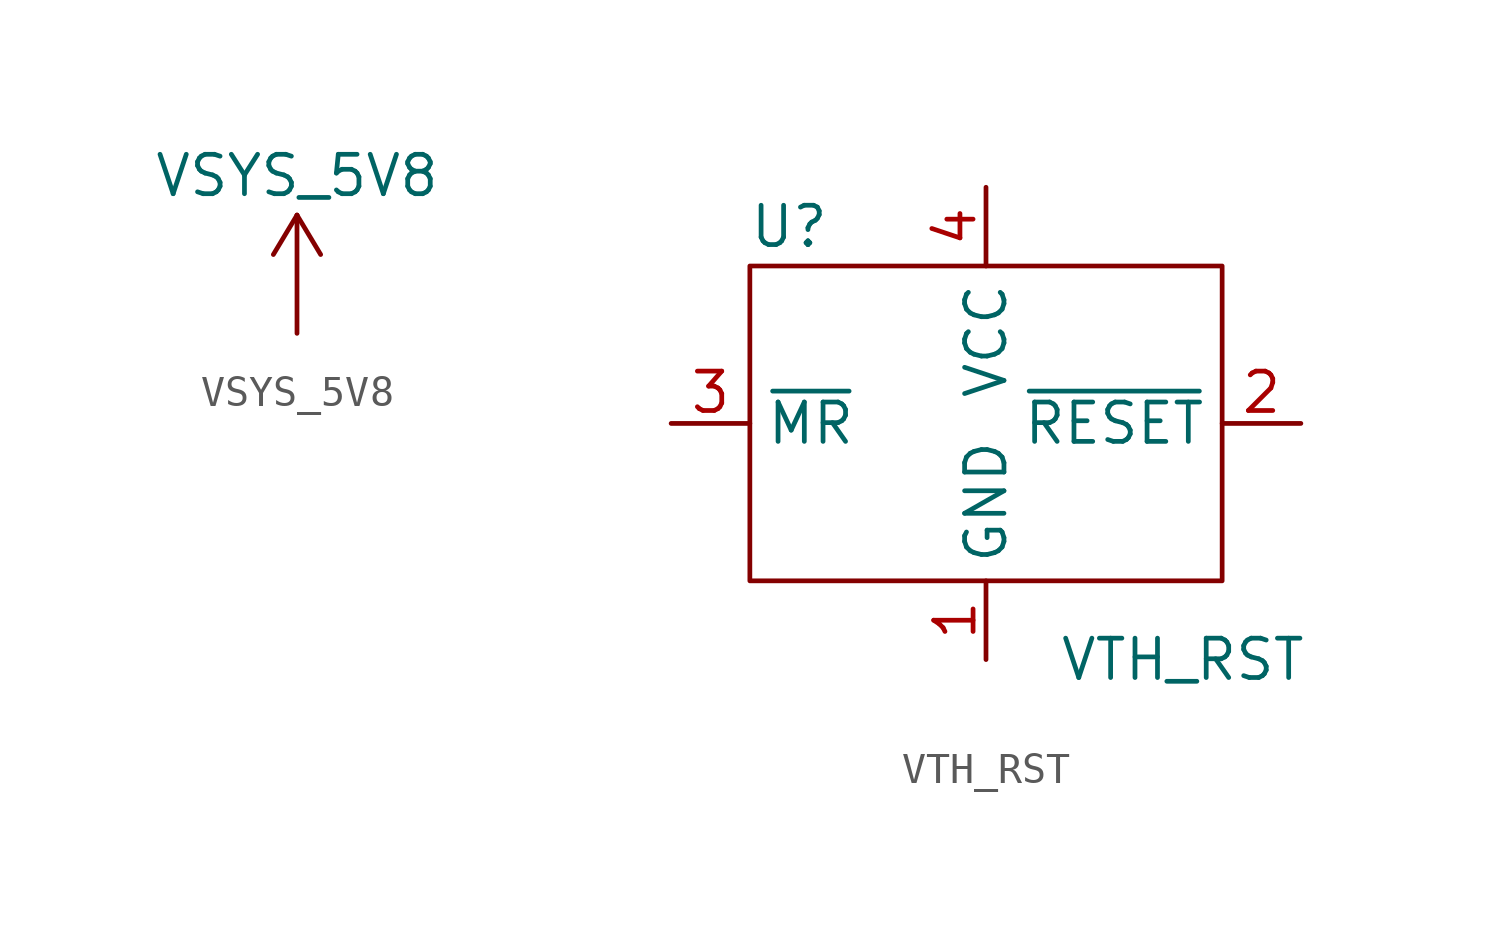
<source format=kicad_sym>
(kicad_symbol_lib
  (version 20201005)
  (generator kicad_symbol_editor)
  (symbol "BeagleV:VSYS_5V8"
    (property "Reference" "P"
      (at 0 0 0)
      (effects (font (size 1.27 1.27)) hide))
    (property "Value" "VSYS_5V8"
      (at 0 5.08 0)
      (effects (font (size 1.27 1.27))))
    (symbol "VSYS_5V8_0_1"
      (polyline (pts (xy 0 0) (xy 0 3.81)) (stroke (width 0)) (fill (type none)))
      (polyline (pts (xy 0 3.81) (xy -0.762 2.54)) (stroke (width 0)) (fill (type none)))
      (polyline (pts (xy 0 3.81) (xy 0.762 2.54)) (stroke (width 0)) (fill (type none))))
    (symbol "VSYS_5V8_1_1"
      (pin power_in line (at 0 0 90) (length 0) hide (name "LDO_3V3" (effects (font (size 1.27 1.27)))) (number "1" (effects (font (size 1.27 1.27)))))))
  (symbol "BeagleV:VTH_RST"
    (property "Reference" "U"
      (at -6.35 6.35 0)
      (effects (font (size 1.27 1.27))))
    (property "Value" "VTH_RST"
      (at 6.35 -7.62 0)
      (effects (font (size 1.27 1.27))))
    (symbol "VTH_RST_0_1"
      (rectangle (start -7.62 5.08) (end 7.62 -5.08) (stroke (width 0.152)) (fill (type none))))
    (symbol "VTH_RST_1_1"
      (pin passive line (at 0 -7.62 90) (length 2.54) (name "GND" (effects (font (size 1.27 1.27)))) (number "1" (effects (font (size 1.27 1.27)))))
      (pin passive line (at 10.16 0 180) (length 2.54) (name "~RESET" (effects (font (size 1.27 1.27)))) (number "2" (effects (font (size 1.27 1.27)))))
      (pin passive line (at -10.16 0 0) (length 2.54) (name "~MR" (effects (font (size 1.27 1.27)))) (number "3" (effects (font (size 1.27 1.27)))))
      (pin passive line (at 0 7.62 270) (length 2.54) (name "VCC" (effects (font (size 1.27 1.27)))) (number "4" (effects (font (size 1.27 1.27))))))))
</source>
